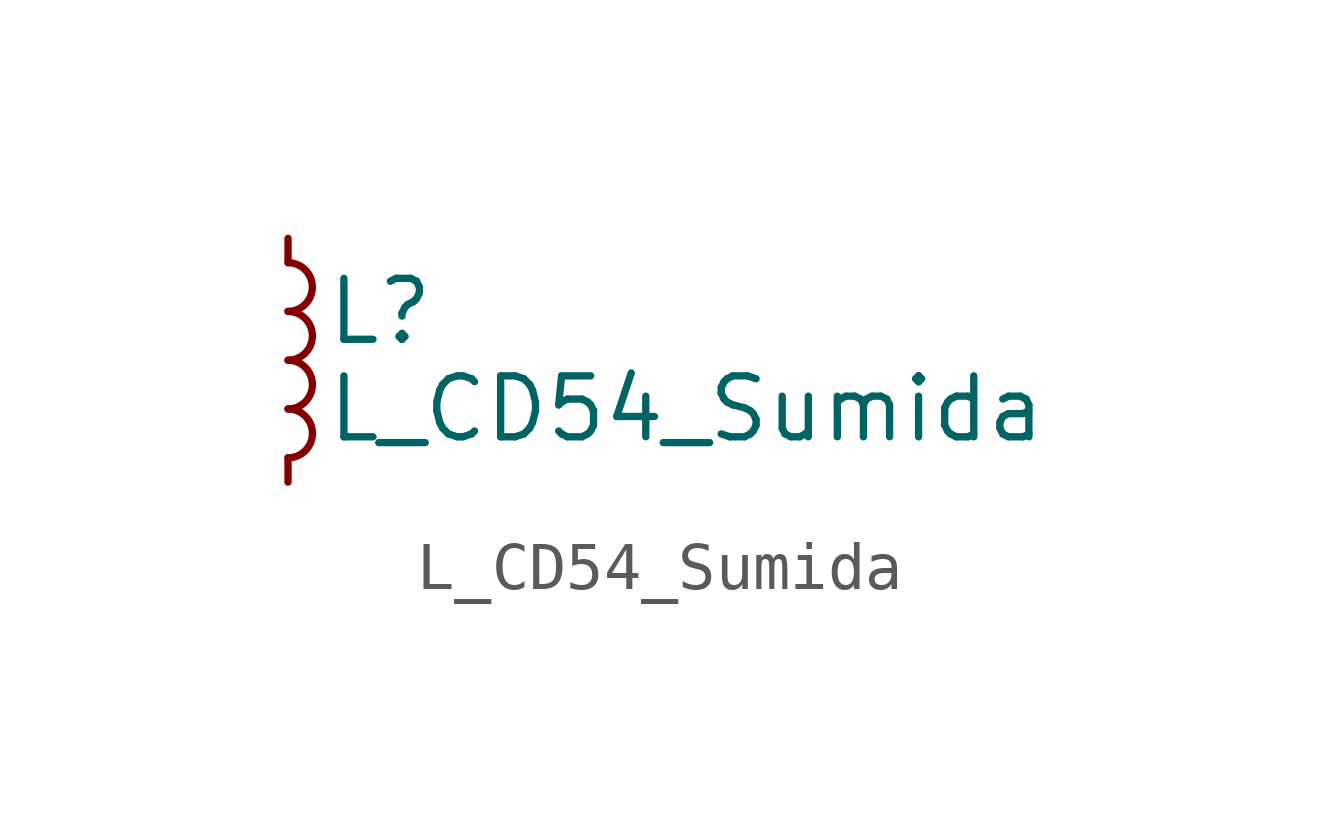
<source format=kicad_sym>
(kicad_symbol_lib
  (version 20211014)
  (generator kicad_symbol_editor)
  (symbol "L_CD54_Sumida"
    (pin_numbers hide)
    (pin_names
      (offset 0.254) hide)
    (property "Reference" "L"
      (at 0.762 1.016 0)
      (effects (font (size 1.27 1.27)) (justify left)))
    (property "Value" "L_CD54_Sumida"
      (at 0.762 -1.016 0)
      (effects (font (size 1.27 1.27)) (justify left)))
    (symbol "L_CD54_Sumida_0_1"
      (arc (start 0 -2.032) (mid 0.508 -1.524) (end 0 -1.016) (stroke (width 0) (type default) (color 0 0 0 0)) (fill (type none)))
      (arc (start 0 -1.016) (mid 0.508 -0.508) (end 0 0) (stroke (width 0) (type default) (color 0 0 0 0)) (fill (type none)))
      (arc (start 0 0) (mid 0.508 0.508) (end 0 1.016) (stroke (width 0) (type default) (color 0 0 0 0)) (fill (type none)))
      (arc (start 0 1.016) (mid 0.508 1.524) (end 0 2.032) (stroke (width 0) (type default) (color 0 0 0 0)) (fill (type none))))
    (symbol "L_CD54_Sumida_1_1"
      (pin passive line (at 0 2.54 270) (length 0.508) (name "~" (effects (font (size 1.27 1.27)))) (number "1" (effects (font (size 1.27 1.27)))))
      (pin passive line (at 0 -2.54 90) (length 0.508) (name "~" (effects (font (size 1.27 1.27)))) (number "2" (effects (font (size 1.27 1.27))))))))
</source>
